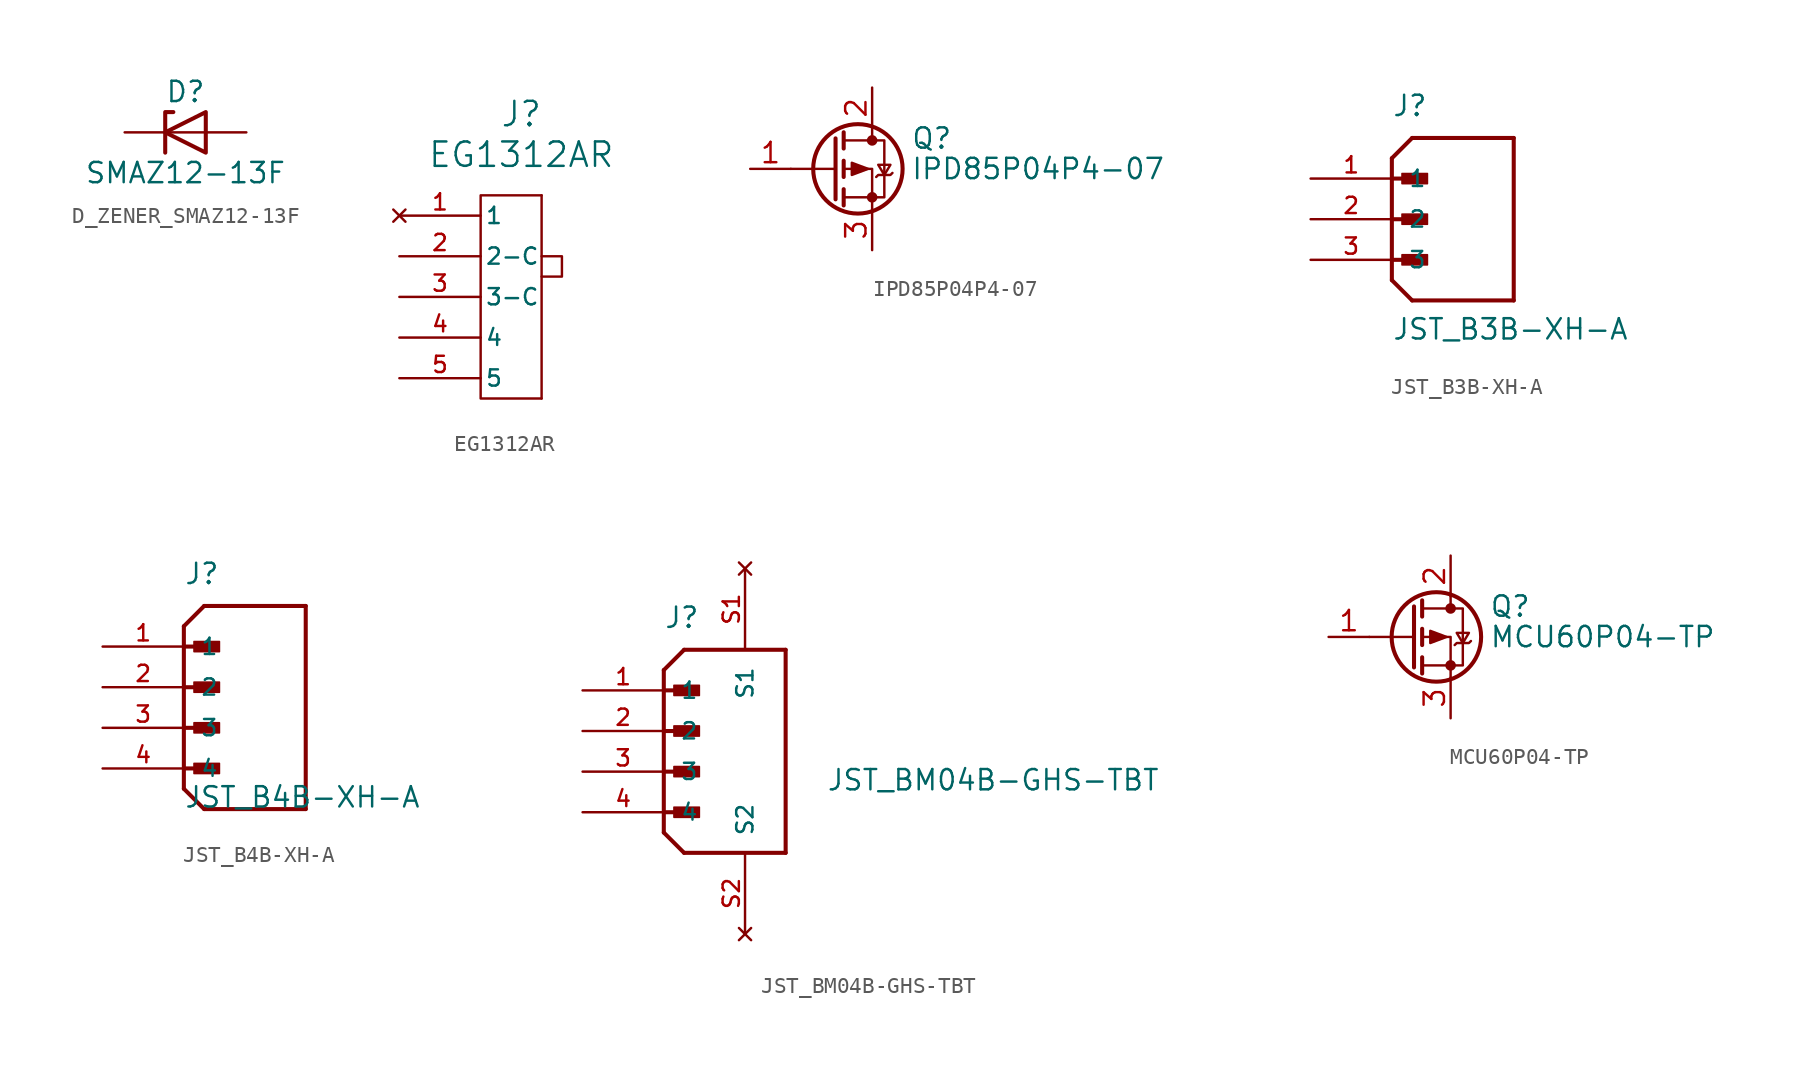
<source format=kicad_sym>
(kicad_symbol_lib
  (version 20220914)
  (generator kicad_symbol_editor)
  (symbol "D_ZENER_SMAZ12-13F"
    (pin_numbers hide)
    (pin_names
      (offset 1.016) hide)
    (property "Reference" "D"
      (at 0 2.54 0)
      (effects (font (size 1.27 1.27))))
    (property "Value" "SMAZ12-13F"
      (at 0 -2.54 0)
      (effects (font (size 1.27 1.27))))
    (symbol "D_ZENER_SMAZ12-13F_0_1"
      (polyline (pts (xy 1.27 0) (xy -1.27 0)) (stroke (width 0) (type default)) (fill (type none)))
      (polyline (pts (xy -1.27 -1.27) (xy -1.27 1.27) (xy -0.762 1.27)) (stroke (width 0.254) (type default)) (fill (type none)))
      (polyline (pts (xy 1.27 -1.27) (xy 1.27 1.27) (xy -1.27 0) (xy 1.27 -1.27)) (stroke (width 0.254) (type default)) (fill (type none))))
    (symbol "D_ZENER_SMAZ12-13F_1_1"
      (pin passive line (at -3.81 0 0) (length 2.54) (name "K" (effects (font (size 1.27 1.27)))) (number "1" (effects (font (size 1.27 1.27)))))
      (pin passive line (at 3.81 0 180) (length 2.54) (name "A" (effects (font (size 1.27 1.27)))) (number "2" (effects (font (size 1.27 1.27)))))))
  (symbol "EG1312AR"
    (pin_names
      (offset 0.254))
    (property "Reference" "J"
      (at 1.27 11.43 0)
      (effects (font (size 1.524 1.524))))
    (property "Value" "EG1312AR"
      (at 1.27 8.89 0)
      (effects (font (size 1.524 1.524))))
    (symbol "EG1312AR_0_1"
      (polyline (pts (xy 2.54 2.54) (xy 3.81 2.54) (xy 3.81 1.27) (xy 2.54 1.27)) (stroke (width 0) (type default)) (fill (type none))))
    (symbol "EG1312AR_1_0"
      (pin no_connect line (at -6.35 5.08 0) (length 5.08) (name "1" (effects (font (size 1.016 1.016)))) (number "1" (effects (font (size 1.016 1.016)))))
      (pin input line (at -6.35 2.54 0) (length 5.08) (name "2-C" (effects (font (size 1.016 1.016)))) (number "2" (effects (font (size 1.016 1.016)))))
      (pin input line (at -6.35 0 0) (length 5.08) (name "3-C" (effects (font (size 1.016 1.016)))) (number "3" (effects (font (size 1.016 1.016)))))
      (pin output line (at -6.35 -2.54 0) (length 5.08) (name "4" (effects (font (size 1.016 1.016)))) (number "4" (effects (font (size 1.016 1.016)))))
      (pin output line (at -6.35 -5.08 0) (length 5.08) (name "5" (effects (font (size 1.016 1.016)))) (number "5" (effects (font (size 1.016 1.016))))))
    (symbol "EG1312AR_1_1"
      (polyline (pts (xy 2.54 6.35) (xy 2.54 -6.35)) (stroke (width 0) (type default)) (fill (type none)))
      (polyline (pts (xy 2.54 -6.35) (xy -1.27 -6.35) (xy -1.27 6.35) (xy 2.54 6.35)) (stroke (width 0) (type default)) (fill (type none)))))
  (symbol "IPD85P04P4-07"
    (pin_names hide)
    (property "Reference" "Q"
      (at 4.953 1.905 0)
      (effects (font (size 1.27 1.27)) (justify left)))
    (property "Value" "IPD85P04P4-07"
      (at 4.953 0 0)
      (effects (font (size 1.27 1.27)) (justify left)))
    (symbol "IPD85P04P4-07_0_1"
      (polyline (pts (xy 0.254 0) (xy -2.54 0)) (stroke (width 0) (type default)) (fill (type none)))
      (polyline (pts (xy 0.254 1.905) (xy 0.254 -1.905)) (stroke (width 0.254) (type default)) (fill (type none)))
      (polyline (pts (xy 0.762 -1.27) (xy 0.762 -2.286)) (stroke (width 0.254) (type default)) (fill (type none)))
      (polyline (pts (xy 0.762 0.508) (xy 0.762 -0.508)) (stroke (width 0.254) (type default)) (fill (type none)))
      (polyline (pts (xy 0.762 2.286) (xy 0.762 1.27)) (stroke (width 0.254) (type default)) (fill (type none)))
      (polyline (pts (xy 2.54 2.54) (xy 2.54 1.778)) (stroke (width 0) (type default)) (fill (type none)))
      (polyline (pts (xy 2.54 -2.54) (xy 2.54 0) (xy 0.762 0)) (stroke (width 0) (type default)) (fill (type none)))
      (polyline (pts (xy 0.762 1.778) (xy 3.302 1.778) (xy 3.302 -1.778) (xy 0.762 -1.778)) (stroke (width 0) (type default)) (fill (type none)))
      (polyline (pts (xy 2.286 0) (xy 1.27 0.381) (xy 1.27 -0.381) (xy 2.286 0)) (stroke (width 0) (type default)) (fill (type outline)))
      (polyline (pts (xy 2.794 -0.508) (xy 2.921 -0.381) (xy 3.683 -0.381) (xy 3.81 -0.254)) (stroke (width 0) (type default)) (fill (type none)))
      (polyline (pts (xy 3.302 -0.381) (xy 2.921 0.254) (xy 3.683 0.254) (xy 3.302 -0.381)) (stroke (width 0) (type default)) (fill (type none)))
      (circle (center 1.651 0) (radius 2.794) (stroke (width 0.254) (type default)) (fill (type none)))
      (circle (center 2.54 -1.778) (radius 0.254) (stroke (width 0) (type default)) (fill (type outline)))
      (circle (center 2.54 1.778) (radius 0.254) (stroke (width 0) (type default)) (fill (type outline))))
    (symbol "IPD85P04P4-07_1_1"
      (pin input line (at -5.08 0 0) (length 2.54) (name "G" (effects (font (size 1.27 1.27)))) (number "1" (effects (font (size 1.27 1.27)))))
      (pin passive line (at 2.54 5.08 270) (length 2.54) (name "D" (effects (font (size 1.27 1.27)))) (number "2" (effects (font (size 1.27 1.27)))))
      (pin passive line (at 2.54 -5.08 90) (length 2.54) (name "S" (effects (font (size 1.27 1.27)))) (number "3" (effects (font (size 1.27 1.27)))))))
  (symbol "JST_B3B-XH-A"
    (pin_names
      (offset 1.016))
    (property "Reference" "J"
      (at 0 6.35 0)
      (effects (font (size 1.27 1.27)) (justify left bottom)))
    (property "Value" "JST_B3B-XH-A"
      (at 0 -7.62 0)
      (effects (font (size 1.27 1.27)) (justify left bottom)))
    (symbol "JST_B3B-XH-A_0_0"
      (polyline (pts (xy 0 -3.81) (xy 1.27 -5.08)) (stroke (width 0.254) (type default)) (fill (type none)))
      (polyline (pts (xy 0 -2.54) (xy 1.905 -2.54)) (stroke (width 0.254) (type default)) (fill (type none)))
      (polyline (pts (xy 0 0) (xy 1.905 0)) (stroke (width 0.254) (type default)) (fill (type none)))
      (polyline (pts (xy 0 2.54) (xy 0 -3.81)) (stroke (width 0.254) (type default)) (fill (type none)))
      (polyline (pts (xy 0 2.54) (xy 1.905 2.54)) (stroke (width 0.254) (type default)) (fill (type none)))
      (polyline (pts (xy 0 3.81) (xy 0 2.54)) (stroke (width 0.254) (type default)) (fill (type none)))
      (polyline (pts (xy 0 3.81) (xy 1.27 5.08)) (stroke (width 0.254) (type default)) (fill (type none)))
      (polyline (pts (xy 1.27 -5.08) (xy 7.62 -5.08)) (stroke (width 0.254) (type default)) (fill (type none)))
      (polyline (pts (xy 7.62 -5.08) (xy 7.62 5.08)) (stroke (width 0.254) (type default)) (fill (type none)))
      (polyline (pts (xy 7.62 5.08) (xy 1.27 5.08)) (stroke (width 0.254) (type default)) (fill (type none)))
      (rectangle (start 0.635 -2.857) (end 2.223 -2.223) (stroke (width 0.1) (type default)) (fill (type outline)))
      (rectangle (start 0.635 -0.318) (end 2.223 0.318) (stroke (width 0.1) (type default)) (fill (type outline)))
      (rectangle (start 0.635 2.223) (end 2.223 2.857) (stroke (width 0.1) (type default)) (fill (type outline)))
      (pin passive line (at -5.08 2.54 0) (length 5.08) (name "1" (effects (font (size 1.016 1.016)))) (number "1" (effects (font (size 1.016 1.016)))))
      (pin passive line (at -5.08 0 0) (length 5.08) (name "2" (effects (font (size 1.016 1.016)))) (number "2" (effects (font (size 1.016 1.016)))))
      (pin passive line (at -5.08 -2.54 0) (length 5.08) (name "3" (effects (font (size 1.016 1.016)))) (number "3" (effects (font (size 1.016 1.016)))))))
  (symbol "JST_B4B-XH-A"
    (pin_names
      (offset 1.016))
    (property "Reference" "J"
      (at 0 6.35 0)
      (effects (font (size 1.27 1.27)) (justify left bottom)))
    (property "Value" "JST_B4B-XH-A"
      (at 0 -7.62 0)
      (effects (font (size 1.27 1.27)) (justify left bottom)))
    (symbol "JST_B4B-XH-A_0_0"
      (polyline (pts (xy 0 -6.35) (xy 1.27 -7.62)) (stroke (width 0.254) (type default)) (fill (type none)))
      (polyline (pts (xy 0 -5.08) (xy 1.905 -5.08)) (stroke (width 0.254) (type default)) (fill (type none)))
      (polyline (pts (xy 0 -2.54) (xy 1.905 -2.54)) (stroke (width 0.254) (type default)) (fill (type none)))
      (polyline (pts (xy 0 0) (xy 1.905 0)) (stroke (width 0.254) (type default)) (fill (type none)))
      (polyline (pts (xy 0 2.54) (xy 0 -6.35)) (stroke (width 0.254) (type default)) (fill (type none)))
      (polyline (pts (xy 0 2.54) (xy 1.905 2.54)) (stroke (width 0.254) (type default)) (fill (type none)))
      (polyline (pts (xy 0 3.81) (xy 0 2.54)) (stroke (width 0.254) (type default)) (fill (type none)))
      (polyline (pts (xy 0 3.81) (xy 1.27 5.08)) (stroke (width 0.254) (type default)) (fill (type none)))
      (polyline (pts (xy 1.27 -7.62) (xy 7.62 -7.62)) (stroke (width 0.254) (type default)) (fill (type none)))
      (polyline (pts (xy 7.62 -7.62) (xy 7.62 5.08)) (stroke (width 0.254) (type default)) (fill (type none)))
      (polyline (pts (xy 7.62 5.08) (xy 1.27 5.08)) (stroke (width 0.254) (type default)) (fill (type none)))
      (rectangle (start 0.635 -4.763) (end 2.223 -5.397) (stroke (width 0.1) (type default)) (fill (type outline)))
      (rectangle (start 0.635 -2.223) (end 2.223 -2.857) (stroke (width 0.1) (type default)) (fill (type outline)))
      (rectangle (start 0.635 -0.318) (end 2.223 0.318) (stroke (width 0.1) (type default)) (fill (type outline)))
      (rectangle (start 0.635 2.223) (end 2.223 2.857) (stroke (width 0.1) (type default)) (fill (type outline)))
      (pin passive line (at -5.08 2.54 0) (length 5.08) (name "1" (effects (font (size 1.016 1.016)))) (number "1" (effects (font (size 1.016 1.016)))))
      (pin passive line (at -5.08 0 0) (length 5.08) (name "2" (effects (font (size 1.016 1.016)))) (number "2" (effects (font (size 1.016 1.016)))))
      (pin passive line (at -5.08 -2.54 0) (length 5.08) (name "3" (effects (font (size 1.016 1.016)))) (number "3" (effects (font (size 1.016 1.016))))))
    (symbol "JST_B4B-XH-A_1_0"
      (pin passive line (at -5.08 -5.08 0) (length 5.08) (name "4" (effects (font (size 1.016 1.016)))) (number "4" (effects (font (size 1.016 1.016)))))))
  (symbol "JST_BM04B-GHS-TBT"
    (pin_names
      (offset 1.016))
    (property "Reference" "J"
      (at 0 6.35 0)
      (effects (font (size 1.27 1.27)) (justify left bottom)))
    (property "Value" "JST_BM04B-GHS-TBT"
      (at 10.16 -3.81 0)
      (effects (font (size 1.27 1.27)) (justify left bottom)))
    (symbol "JST_BM04B-GHS-TBT_0_0"
      (polyline (pts (xy 0 -6.35) (xy 1.27 -7.62)) (stroke (width 0.254) (type default)) (fill (type none)))
      (polyline (pts (xy 0 -5.08) (xy 1.905 -5.08)) (stroke (width 0.254) (type default)) (fill (type none)))
      (polyline (pts (xy 0 -2.54) (xy 1.905 -2.54)) (stroke (width 0.254) (type default)) (fill (type none)))
      (polyline (pts (xy 0 0) (xy 1.905 0)) (stroke (width 0.254) (type default)) (fill (type none)))
      (polyline (pts (xy 0 2.54) (xy 0 -6.35)) (stroke (width 0.254) (type default)) (fill (type none)))
      (polyline (pts (xy 0 2.54) (xy 1.905 2.54)) (stroke (width 0.254) (type default)) (fill (type none)))
      (polyline (pts (xy 0 3.81) (xy 0 2.54)) (stroke (width 0.254) (type default)) (fill (type none)))
      (polyline (pts (xy 0 3.81) (xy 1.27 5.08)) (stroke (width 0.254) (type default)) (fill (type none)))
      (polyline (pts (xy 1.27 -7.62) (xy 7.62 -7.62)) (stroke (width 0.254) (type default)) (fill (type none)))
      (polyline (pts (xy 7.62 -7.62) (xy 7.62 5.08)) (stroke (width 0.254) (type default)) (fill (type none)))
      (polyline (pts (xy 7.62 5.08) (xy 1.27 5.08)) (stroke (width 0.254) (type default)) (fill (type none)))
      (rectangle (start 0.635 -4.763) (end 2.223 -5.397) (stroke (width 0.1) (type default)) (fill (type outline)))
      (rectangle (start 0.635 -2.223) (end 2.223 -2.857) (stroke (width 0.1) (type default)) (fill (type outline)))
      (rectangle (start 0.635 -0.318) (end 2.223 0.318) (stroke (width 0.1) (type default)) (fill (type outline)))
      (rectangle (start 0.635 2.223) (end 2.223 2.857) (stroke (width 0.1) (type default)) (fill (type outline)))
      (pin passive line (at -5.08 2.54 0) (length 5.08) (name "1" (effects (font (size 1.016 1.016)))) (number "1" (effects (font (size 1.016 1.016)))))
      (pin passive line (at -5.08 0 0) (length 5.08) (name "2" (effects (font (size 1.016 1.016)))) (number "2" (effects (font (size 1.016 1.016)))))
      (pin passive line (at -5.08 -2.54 0) (length 5.08) (name "3" (effects (font (size 1.016 1.016)))) (number "3" (effects (font (size 1.016 1.016))))))
    (symbol "JST_BM04B-GHS-TBT_1_0"
      (pin passive line (at -5.08 -5.08 0) (length 5.08) (name "4" (effects (font (size 1.016 1.016)))) (number "4" (effects (font (size 1.016 1.016)))))
      (pin no_connect line (at 5.08 10.16 270) (length 5.08) (name "S1" (effects (font (size 1.016 1.016)))) (number "S1" (effects (font (size 1.016 1.016)))))
      (pin no_connect line (at 5.08 -12.7 90) (length 5.08) (name "S2" (effects (font (size 1.016 1.016)))) (number "S2" (effects (font (size 1.016 1.016)))))))
  (symbol "MCU60P04-TP"
    (pin_names hide)
    (property "Reference" "Q"
      (at 4.953 1.905 0)
      (effects (font (size 1.27 1.27)) (justify left)))
    (property "Value" "MCU60P04-TP"
      (at 4.953 0 0)
      (effects (font (size 1.27 1.27)) (justify left)))
    (symbol "MCU60P04-TP_0_1"
      (polyline (pts (xy 0.254 0) (xy -2.54 0)) (stroke (width 0) (type default)) (fill (type none)))
      (polyline (pts (xy 0.254 1.905) (xy 0.254 -1.905)) (stroke (width 0.254) (type default)) (fill (type none)))
      (polyline (pts (xy 0.762 -1.27) (xy 0.762 -2.286)) (stroke (width 0.254) (type default)) (fill (type none)))
      (polyline (pts (xy 0.762 0.508) (xy 0.762 -0.508)) (stroke (width 0.254) (type default)) (fill (type none)))
      (polyline (pts (xy 0.762 2.286) (xy 0.762 1.27)) (stroke (width 0.254) (type default)) (fill (type none)))
      (polyline (pts (xy 2.54 2.54) (xy 2.54 1.778)) (stroke (width 0) (type default)) (fill (type none)))
      (polyline (pts (xy 2.54 -2.54) (xy 2.54 0) (xy 0.762 0)) (stroke (width 0) (type default)) (fill (type none)))
      (polyline (pts (xy 0.762 1.778) (xy 3.302 1.778) (xy 3.302 -1.778) (xy 0.762 -1.778)) (stroke (width 0) (type default)) (fill (type none)))
      (polyline (pts (xy 2.286 0) (xy 1.27 0.381) (xy 1.27 -0.381) (xy 2.286 0)) (stroke (width 0) (type default)) (fill (type outline)))
      (polyline (pts (xy 2.794 -0.508) (xy 2.921 -0.381) (xy 3.683 -0.381) (xy 3.81 -0.254)) (stroke (width 0) (type default)) (fill (type none)))
      (polyline (pts (xy 3.302 -0.381) (xy 2.921 0.254) (xy 3.683 0.254) (xy 3.302 -0.381)) (stroke (width 0) (type default)) (fill (type none)))
      (circle (center 1.651 0) (radius 2.794) (stroke (width 0.254) (type default)) (fill (type none)))
      (circle (center 2.54 -1.778) (radius 0.254) (stroke (width 0) (type default)) (fill (type outline)))
      (circle (center 2.54 1.778) (radius 0.254) (stroke (width 0) (type default)) (fill (type outline))))
    (symbol "MCU60P04-TP_1_1"
      (pin input line (at -5.08 0 0) (length 2.54) (name "G" (effects (font (size 1.27 1.27)))) (number "1" (effects (font (size 1.27 1.27)))))
      (pin passive line (at 2.54 5.08 270) (length 2.54) (name "D" (effects (font (size 1.27 1.27)))) (number "2" (effects (font (size 1.27 1.27)))))
      (pin passive line (at 2.54 -5.08 90) (length 2.54) (name "S" (effects (font (size 1.27 1.27)))) (number "3" (effects (font (size 1.27 1.27))))))))
</source>
